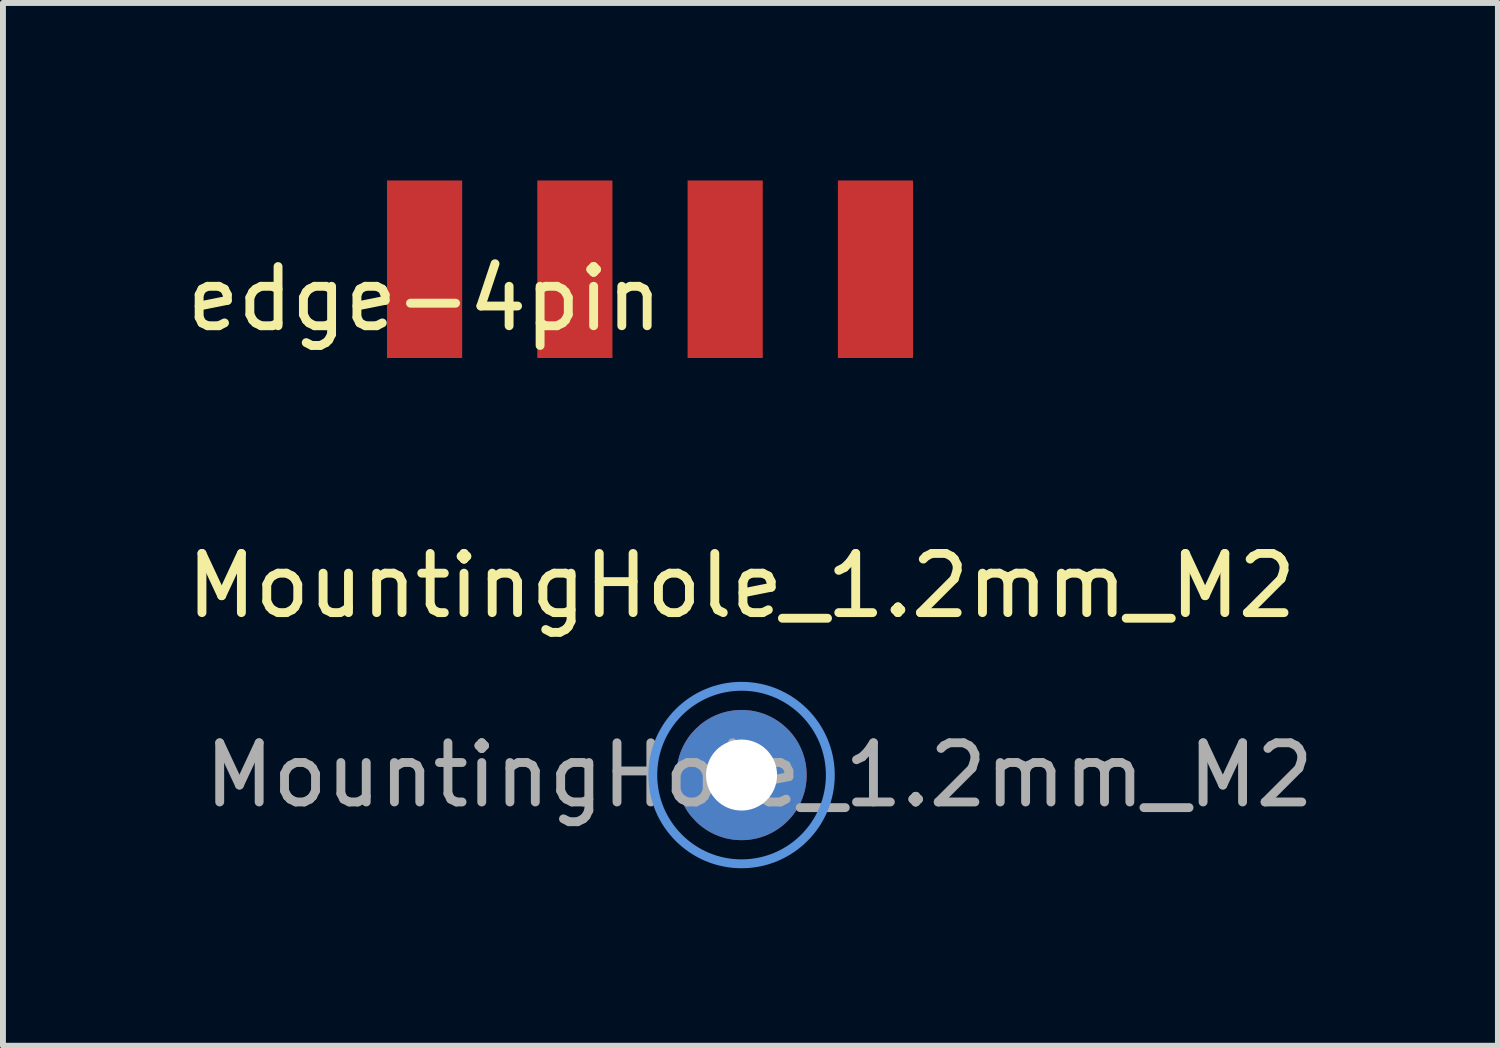
<source format=kicad_pcb>
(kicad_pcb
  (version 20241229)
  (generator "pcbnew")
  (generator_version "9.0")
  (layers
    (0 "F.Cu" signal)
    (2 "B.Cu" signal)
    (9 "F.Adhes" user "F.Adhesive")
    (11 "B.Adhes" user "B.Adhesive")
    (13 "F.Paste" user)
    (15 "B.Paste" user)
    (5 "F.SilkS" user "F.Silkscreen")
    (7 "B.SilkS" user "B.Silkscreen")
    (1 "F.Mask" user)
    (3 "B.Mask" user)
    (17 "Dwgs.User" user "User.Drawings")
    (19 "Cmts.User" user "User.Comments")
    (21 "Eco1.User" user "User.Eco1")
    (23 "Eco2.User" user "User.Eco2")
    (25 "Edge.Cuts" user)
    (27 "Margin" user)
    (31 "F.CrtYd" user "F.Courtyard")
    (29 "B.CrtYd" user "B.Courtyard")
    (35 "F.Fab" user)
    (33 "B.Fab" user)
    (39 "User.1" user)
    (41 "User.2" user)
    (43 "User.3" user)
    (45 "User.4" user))
  (footprint "MountingHole_1.2mm_M2"
    (layer "F.Cu")
    (at 9.482 10.048)
    (property "Reference" "MountingHole_1.2mm_M2" (at 0 -3.2 0) (layer "F.SilkS") (effects (font (size 1 1) (thickness 0.15))))
    (attr exclude_from_pos_files exclude_from_bom)
    (fp_circle (center 0 0) (end 1.5 0) (stroke (width 0.15) (type solid)) (fill no) (layer "Cmts.User"))
    (fp_circle (center 0 0) (end 1.5 0) (stroke (width 0.05) (type solid)) (fill no) (layer "F.CrtYd"))
    (fp_text user "${REFERENCE}" (at 0.3 0 0) (layer "F.Fab") (effects (font (size 1 1) (thickness 0.15))))
    (pad "" np_thru_hole circle (at 0 0) (size 2.2 2.2) (drill 1.2) (layers "*.Cu" "*.Mask")))
  (footprint "edge-4pin"
    (layer "F.Cu")
    (at 4.125 1.5)
    (property "Reference" "edge-4pin" (at 0 0.5 0) (layer "F.SilkS") (effects (font (size 1 1) (thickness 0.15))))
    (attr through_hole)
    (pad "1" connect rect (at 0 0) (size 1.27 3) (layers "F.Cu" "F.Mask"))
    (pad "2" connect rect (at 2.54 0) (size 1.27 3) (layers "F.Cu" "F.Mask"))
    (pad "3" connect rect (at 5.08 0) (size 1.27 3) (layers "F.Cu" "F.Mask"))
    (pad "4" connect rect (at 7.62 0) (size 1.27 3) (layers "F.Cu" "F.Mask")))
  (gr_rect
    (start -3 -3)
    (end 22.264 14.623)
    (stroke (width 0.1) (type default))
    (fill no)
    (layer "Edge.Cuts")))
</source>
